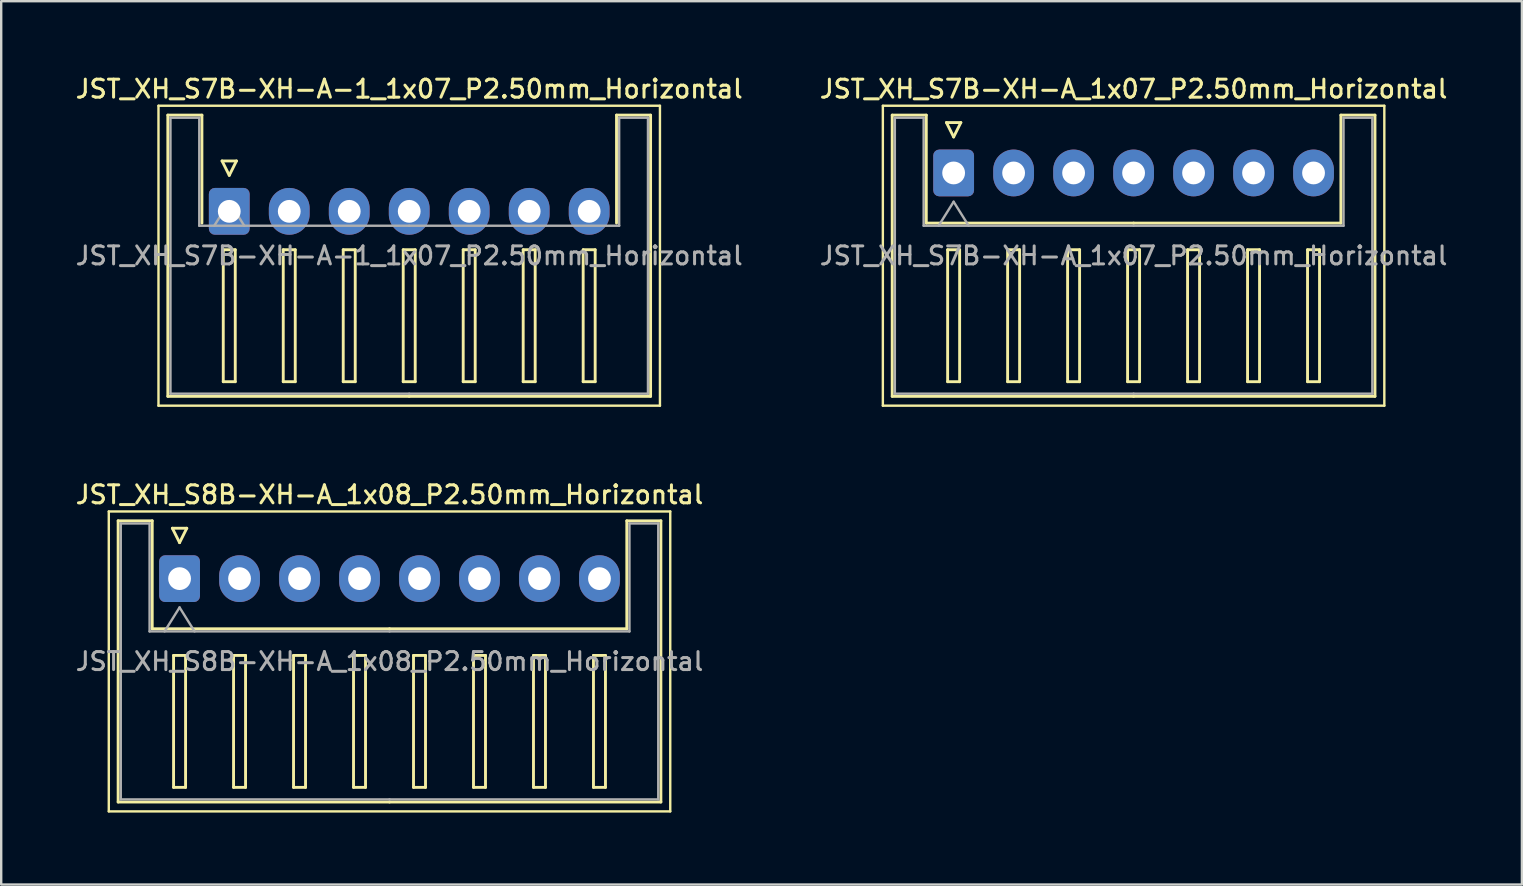
<source format=kicad_pcb>
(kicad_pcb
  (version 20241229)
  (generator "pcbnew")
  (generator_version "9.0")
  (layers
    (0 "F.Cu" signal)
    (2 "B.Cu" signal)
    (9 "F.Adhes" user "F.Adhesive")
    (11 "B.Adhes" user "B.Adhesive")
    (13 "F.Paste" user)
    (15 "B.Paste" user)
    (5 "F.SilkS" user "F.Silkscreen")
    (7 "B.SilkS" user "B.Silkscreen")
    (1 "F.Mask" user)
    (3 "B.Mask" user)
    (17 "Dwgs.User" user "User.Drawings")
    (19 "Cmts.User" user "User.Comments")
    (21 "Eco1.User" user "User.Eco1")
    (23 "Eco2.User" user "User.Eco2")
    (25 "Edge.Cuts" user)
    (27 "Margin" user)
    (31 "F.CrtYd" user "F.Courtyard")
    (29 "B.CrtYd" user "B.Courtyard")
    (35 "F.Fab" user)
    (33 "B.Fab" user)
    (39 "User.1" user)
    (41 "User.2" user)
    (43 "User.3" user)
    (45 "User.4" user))
  (footprint "JST_XH_S8B-XH-A_1x08_P2.50mm_Horizontal"
    (layer "F.Cu")
    (at 4.434 21.066)
    (property "Reference" "JST_XH_S8B-XH-A_1x08_P2.50mm_Horizontal" (at 8.75 -3.5 0) (layer "F.SilkS") (effects (font (size 0.75 0.75) (thickness 0.125))))
    (attr through_hole)
    (fp_line (start -2.95 -2.8) (end -2.95 9.7) (stroke (width 0.1) (type solid)) (layer "F.SilkS"))
    (fp_line (start -2.95 9.7) (end 20.45 9.7) (stroke (width 0.1) (type solid)) (layer "F.SilkS"))
    (fp_line (start -2.56 -2.41) (end -1.14 -2.41) (stroke (width 0.12) (type solid)) (layer "F.SilkS"))
    (fp_line (start -2.56 9.31) (end -2.56 -2.41) (stroke (width 0.12) (type solid)) (layer "F.SilkS"))
    (fp_line (start -1.14 -2.41) (end -1.14 2.09) (stroke (width 0.12) (type solid)) (layer "F.SilkS"))
    (fp_line (start -1.14 2.09) (end 8.75 2.09) (stroke (width 0.12) (type solid)) (layer "F.SilkS"))
    (fp_line (start -0.3 -2.1) (end 0.3 -2.1) (stroke (width 0.12) (type solid)) (layer "F.SilkS"))
    (fp_line (start -0.25 3.2) (end -0.25 8.7) (stroke (width 0.12) (type solid)) (layer "F.SilkS"))
    (fp_line (start -0.25 8.7) (end 0.25 8.7) (stroke (width 0.12) (type solid)) (layer "F.SilkS"))
    (fp_line (start 0 -1.5) (end -0.3 -2.1) (stroke (width 0.12) (type solid)) (layer "F.SilkS"))
    (fp_line (start 0.25 3.2) (end -0.25 3.2) (stroke (width 0.12) (type solid)) (layer "F.SilkS"))
    (fp_line (start 0.25 8.7) (end 0.25 3.2) (stroke (width 0.12) (type solid)) (layer "F.SilkS"))
    (fp_line (start 0.3 -2.1) (end 0 -1.5) (stroke (width 0.12) (type solid)) (layer "F.SilkS"))
    (fp_line (start 2.25 3.2) (end 2.25 8.7) (stroke (width 0.12) (type solid)) (layer "F.SilkS"))
    (fp_line (start 2.25 8.7) (end 2.75 8.7) (stroke (width 0.12) (type solid)) (layer "F.SilkS"))
    (fp_line (start 2.75 3.2) (end 2.25 3.2) (stroke (width 0.12) (type solid)) (layer "F.SilkS"))
    (fp_line (start 2.75 8.7) (end 2.75 3.2) (stroke (width 0.12) (type solid)) (layer "F.SilkS"))
    (fp_line (start 4.75 3.2) (end 4.75 8.7) (stroke (width 0.12) (type solid)) (layer "F.SilkS"))
    (fp_line (start 4.75 8.7) (end 5.25 8.7) (stroke (width 0.12) (type solid)) (layer "F.SilkS"))
    (fp_line (start 5.25 3.2) (end 4.75 3.2) (stroke (width 0.12) (type solid)) (layer "F.SilkS"))
    (fp_line (start 5.25 8.7) (end 5.25 3.2) (stroke (width 0.12) (type solid)) (layer "F.SilkS"))
    (fp_line (start 7.25 3.2) (end 7.25 8.7) (stroke (width 0.12) (type solid)) (layer "F.SilkS"))
    (fp_line (start 7.25 8.7) (end 7.75 8.7) (stroke (width 0.12) (type solid)) (layer "F.SilkS"))
    (fp_line (start 7.75 3.2) (end 7.25 3.2) (stroke (width 0.12) (type solid)) (layer "F.SilkS"))
    (fp_line (start 7.75 8.7) (end 7.75 3.2) (stroke (width 0.12) (type solid)) (layer "F.SilkS"))
    (fp_line (start 8.75 9.31) (end -2.56 9.31) (stroke (width 0.12) (type solid)) (layer "F.SilkS"))
    (fp_line (start 8.75 9.31) (end 20.06 9.31) (stroke (width 0.12) (type solid)) (layer "F.SilkS"))
    (fp_line (start 9.75 3.2) (end 9.75 8.7) (stroke (width 0.12) (type solid)) (layer "F.SilkS"))
    (fp_line (start 9.75 8.7) (end 10.25 8.7) (stroke (width 0.12) (type solid)) (layer "F.SilkS"))
    (fp_line (start 10.25 3.2) (end 9.75 3.2) (stroke (width 0.12) (type solid)) (layer "F.SilkS"))
    (fp_line (start 10.25 8.7) (end 10.25 3.2) (stroke (width 0.12) (type solid)) (layer "F.SilkS"))
    (fp_line (start 12.25 3.2) (end 12.25 8.7) (stroke (width 0.12) (type solid)) (layer "F.SilkS"))
    (fp_line (start 12.25 8.7) (end 12.75 8.7) (stroke (width 0.12) (type solid)) (layer "F.SilkS"))
    (fp_line (start 12.75 3.2) (end 12.25 3.2) (stroke (width 0.12) (type solid)) (layer "F.SilkS"))
    (fp_line (start 12.75 8.7) (end 12.75 3.2) (stroke (width 0.12) (type solid)) (layer "F.SilkS"))
    (fp_line (start 14.75 3.2) (end 14.75 8.7) (stroke (width 0.12) (type solid)) (layer "F.SilkS"))
    (fp_line (start 14.75 8.7) (end 15.25 8.7) (stroke (width 0.12) (type solid)) (layer "F.SilkS"))
    (fp_line (start 15.25 3.2) (end 14.75 3.2) (stroke (width 0.12) (type solid)) (layer "F.SilkS"))
    (fp_line (start 15.25 8.7) (end 15.25 3.2) (stroke (width 0.12) (type solid)) (layer "F.SilkS"))
    (fp_line (start 17.25 3.2) (end 17.25 8.7) (stroke (width 0.12) (type solid)) (layer "F.SilkS"))
    (fp_line (start 17.25 8.7) (end 17.75 8.7) (stroke (width 0.12) (type solid)) (layer "F.SilkS"))
    (fp_line (start 17.75 3.2) (end 17.25 3.2) (stroke (width 0.12) (type solid)) (layer "F.SilkS"))
    (fp_line (start 17.75 8.7) (end 17.75 3.2) (stroke (width 0.12) (type solid)) (layer "F.SilkS"))
    (fp_line (start 18.64 -2.41) (end 18.64 2.09) (stroke (width 0.12) (type solid)) (layer "F.SilkS"))
    (fp_line (start 18.64 2.09) (end 8.75 2.09) (stroke (width 0.12) (type solid)) (layer "F.SilkS"))
    (fp_line (start 20.06 -2.41) (end 18.64 -2.41) (stroke (width 0.12) (type solid)) (layer "F.SilkS"))
    (fp_line (start 20.06 9.31) (end 20.06 -2.41) (stroke (width 0.12) (type solid)) (layer "F.SilkS"))
    (fp_line (start 20.45 -2.8) (end -2.95 -2.8) (stroke (width 0.1) (type solid)) (layer "F.SilkS"))
    (fp_line (start 20.45 9.7) (end 20.45 -2.8) (stroke (width 0.1) (type solid)) (layer "F.SilkS"))
    (fp_line (start -2.45 -2.3) (end -1.25 -2.3) (stroke (width 0.1) (type solid)) (layer "F.Fab"))
    (fp_line (start -2.45 9.2) (end -2.45 -2.3) (stroke (width 0.1) (type solid)) (layer "F.Fab"))
    (fp_line (start -1.25 -2.3) (end -1.25 2.2) (stroke (width 0.1) (type solid)) (layer "F.Fab"))
    (fp_line (start -1.25 2.2) (end 8.75 2.2) (stroke (width 0.1) (type solid)) (layer "F.Fab"))
    (fp_line (start -0.625 2.2) (end 0 1.2) (stroke (width 0.1) (type solid)) (layer "F.Fab"))
    (fp_line (start 0 1.2) (end 0.625 2.2) (stroke (width 0.1) (type solid)) (layer "F.Fab"))
    (fp_line (start 8.75 9.2) (end -2.45 9.2) (stroke (width 0.1) (type solid)) (layer "F.Fab"))
    (fp_line (start 8.75 9.2) (end 19.95 9.2) (stroke (width 0.1) (type solid)) (layer "F.Fab"))
    (fp_line (start 18.75 -2.3) (end 18.75 2.2) (stroke (width 0.1) (type solid)) (layer "F.Fab"))
    (fp_line (start 18.75 2.2) (end 8.75 2.2) (stroke (width 0.1) (type solid)) (layer "F.Fab"))
    (fp_line (start 19.95 -2.3) (end 18.75 -2.3) (stroke (width 0.1) (type solid)) (layer "F.Fab"))
    (fp_line (start 19.95 9.2) (end 19.95 -2.3) (stroke (width 0.1) (type solid)) (layer "F.Fab"))
    (fp_text user "${REFERENCE}" (at 8.75 3.45 0) (layer "F.Fab") (effects (font (size 0.75 0.75) (thickness 0.125))))
    (pad "1" thru_hole roundrect (at 0 0) (size 1.7 1.95) (drill 0.95) (layers "*.Cu" "*.Mask") (roundrect_rratio 0.147))
    (pad "2" thru_hole oval (at 2.5 0) (size 1.7 1.95) (drill 0.95) (layers "*.Cu" "*.Mask"))
    (pad "3" thru_hole oval (at 5 0) (size 1.7 1.95) (drill 0.95) (layers "*.Cu" "*.Mask"))
    (pad "4" thru_hole oval (at 7.5 0) (size 1.7 1.95) (drill 0.95) (layers "*.Cu" "*.Mask"))
    (pad "5" thru_hole oval (at 10 0) (size 1.7 1.95) (drill 0.95) (layers "*.Cu" "*.Mask"))
    (pad "6" thru_hole oval (at 12.5 0) (size 1.7 1.95) (drill 0.95) (layers "*.Cu" "*.Mask"))
    (pad "7" thru_hole oval (at 15 0) (size 1.7 1.95) (drill 0.95) (layers "*.Cu" "*.Mask"))
    (pad "8" thru_hole oval (at 17.5 0) (size 1.7 1.95) (drill 0.95) (layers "*.Cu" "*.Mask")))
  (footprint "JST_XH_S7B-XH-A-1_1x07_P2.50mm_Horizontal"
    (layer "F.Cu")
    (at 6.505 5.758)
    (property "Reference" "JST_XH_S7B-XH-A-1_1x07_P2.50mm_Horizontal" (at 7.5 -5.1 0) (layer "F.SilkS") (effects (font (size 0.75 0.75) (thickness 0.125))))
    (attr through_hole)
    (fp_line (start -2.95 -4.4) (end -2.95 8.1) (stroke (width 0.1) (type solid)) (layer "F.SilkS"))
    (fp_line (start -2.95 8.1) (end 17.95 8.1) (stroke (width 0.1) (type solid)) (layer "F.SilkS"))
    (fp_line (start -2.56 -4.01) (end -1.14 -4.01) (stroke (width 0.12) (type solid)) (layer "F.SilkS"))
    (fp_line (start -2.56 7.71) (end -2.56 -4.01) (stroke (width 0.12) (type solid)) (layer "F.SilkS"))
    (fp_line (start -1.14 -4.01) (end -1.14 0.49) (stroke (width 0.12) (type solid)) (layer "F.SilkS"))
    (fp_line (start -0.3 -2.1) (end 0.3 -2.1) (stroke (width 0.12) (type solid)) (layer "F.SilkS"))
    (fp_line (start -0.25 1.6) (end -0.25 7.1) (stroke (width 0.12) (type solid)) (layer "F.SilkS"))
    (fp_line (start -0.25 7.1) (end 0.25 7.1) (stroke (width 0.12) (type solid)) (layer "F.SilkS"))
    (fp_line (start 0 -1.5) (end -0.3 -2.1) (stroke (width 0.12) (type solid)) (layer "F.SilkS"))
    (fp_line (start 0.25 1.6) (end -0.25 1.6) (stroke (width 0.12) (type solid)) (layer "F.SilkS"))
    (fp_line (start 0.25 7.1) (end 0.25 1.6) (stroke (width 0.12) (type solid)) (layer "F.SilkS"))
    (fp_line (start 0.3 -2.1) (end 0 -1.5) (stroke (width 0.12) (type solid)) (layer "F.SilkS"))
    (fp_line (start 2.25 1.6) (end 2.25 7.1) (stroke (width 0.12) (type solid)) (layer "F.SilkS"))
    (fp_line (start 2.25 7.1) (end 2.75 7.1) (stroke (width 0.12) (type solid)) (layer "F.SilkS"))
    (fp_line (start 2.75 1.6) (end 2.25 1.6) (stroke (width 0.12) (type solid)) (layer "F.SilkS"))
    (fp_line (start 2.75 7.1) (end 2.75 1.6) (stroke (width 0.12) (type solid)) (layer "F.SilkS"))
    (fp_line (start 4.75 1.6) (end 4.75 7.1) (stroke (width 0.12) (type solid)) (layer "F.SilkS"))
    (fp_line (start 4.75 7.1) (end 5.25 7.1) (stroke (width 0.12) (type solid)) (layer "F.SilkS"))
    (fp_line (start 5.25 1.6) (end 4.75 1.6) (stroke (width 0.12) (type solid)) (layer "F.SilkS"))
    (fp_line (start 5.25 7.1) (end 5.25 1.6) (stroke (width 0.12) (type solid)) (layer "F.SilkS"))
    (fp_line (start 7.25 1.6) (end 7.25 7.1) (stroke (width 0.12) (type solid)) (layer "F.SilkS"))
    (fp_line (start 7.25 7.1) (end 7.75 7.1) (stroke (width 0.12) (type solid)) (layer "F.SilkS"))
    (fp_line (start 7.5 7.71) (end -2.56 7.71) (stroke (width 0.12) (type solid)) (layer "F.SilkS"))
    (fp_line (start 7.5 7.71) (end 17.56 7.71) (stroke (width 0.12) (type solid)) (layer "F.SilkS"))
    (fp_line (start 7.75 1.6) (end 7.25 1.6) (stroke (width 0.12) (type solid)) (layer "F.SilkS"))
    (fp_line (start 7.75 7.1) (end 7.75 1.6) (stroke (width 0.12) (type solid)) (layer "F.SilkS"))
    (fp_line (start 9.75 1.6) (end 9.75 7.1) (stroke (width 0.12) (type solid)) (layer "F.SilkS"))
    (fp_line (start 9.75 7.1) (end 10.25 7.1) (stroke (width 0.12) (type solid)) (layer "F.SilkS"))
    (fp_line (start 10.25 1.6) (end 9.75 1.6) (stroke (width 0.12) (type solid)) (layer "F.SilkS"))
    (fp_line (start 10.25 7.1) (end 10.25 1.6) (stroke (width 0.12) (type solid)) (layer "F.SilkS"))
    (fp_line (start 12.25 1.6) (end 12.25 7.1) (stroke (width 0.12) (type solid)) (layer "F.SilkS"))
    (fp_line (start 12.25 7.1) (end 12.75 7.1) (stroke (width 0.12) (type solid)) (layer "F.SilkS"))
    (fp_line (start 12.75 1.6) (end 12.25 1.6) (stroke (width 0.12) (type solid)) (layer "F.SilkS"))
    (fp_line (start 12.75 7.1) (end 12.75 1.6) (stroke (width 0.12) (type solid)) (layer "F.SilkS"))
    (fp_line (start 14.75 1.6) (end 14.75 7.1) (stroke (width 0.12) (type solid)) (layer "F.SilkS"))
    (fp_line (start 14.75 7.1) (end 15.25 7.1) (stroke (width 0.12) (type solid)) (layer "F.SilkS"))
    (fp_line (start 15.25 1.6) (end 14.75 1.6) (stroke (width 0.12) (type solid)) (layer "F.SilkS"))
    (fp_line (start 15.25 7.1) (end 15.25 1.6) (stroke (width 0.12) (type solid)) (layer "F.SilkS"))
    (fp_line (start 16.14 -4.01) (end 16.14 0.49) (stroke (width 0.12) (type solid)) (layer "F.SilkS"))
    (fp_line (start 17.56 -4.01) (end 16.14 -4.01) (stroke (width 0.12) (type solid)) (layer "F.SilkS"))
    (fp_line (start 17.56 7.71) (end 17.56 -4.01) (stroke (width 0.12) (type solid)) (layer "F.SilkS"))
    (fp_line (start 17.95 -4.4) (end -2.95 -4.4) (stroke (width 0.1) (type solid)) (layer "F.SilkS"))
    (fp_line (start 17.95 8.1) (end 17.95 -4.4) (stroke (width 0.1) (type solid)) (layer "F.SilkS"))
    (fp_line (start -2.45 -3.9) (end -1.25 -3.9) (stroke (width 0.1) (type solid)) (layer "F.Fab"))
    (fp_line (start -2.45 7.6) (end -2.45 -3.9) (stroke (width 0.1) (type solid)) (layer "F.Fab"))
    (fp_line (start -1.25 -3.9) (end -1.25 0.6) (stroke (width 0.1) (type solid)) (layer "F.Fab"))
    (fp_line (start -1.25 0.6) (end 7.5 0.6) (stroke (width 0.1) (type solid)) (layer "F.Fab"))
    (fp_line (start -0.625 0.6) (end 0 -0.4) (stroke (width 0.1) (type solid)) (layer "F.Fab"))
    (fp_line (start 0 -0.4) (end 0.625 0.6) (stroke (width 0.1) (type solid)) (layer "F.Fab"))
    (fp_line (start 7.5 7.6) (end -2.45 7.6) (stroke (width 0.1) (type solid)) (layer "F.Fab"))
    (fp_line (start 7.5 7.6) (end 17.45 7.6) (stroke (width 0.1) (type solid)) (layer "F.Fab"))
    (fp_line (start 16.25 -3.9) (end 16.25 0.6) (stroke (width 0.1) (type solid)) (layer "F.Fab"))
    (fp_line (start 16.25 0.6) (end 7.5 0.6) (stroke (width 0.1) (type solid)) (layer "F.Fab"))
    (fp_line (start 17.45 -3.9) (end 16.25 -3.9) (stroke (width 0.1) (type solid)) (layer "F.Fab"))
    (fp_line (start 17.45 7.6) (end 17.45 -3.9) (stroke (width 0.1) (type solid)) (layer "F.Fab"))
    (fp_text user "${REFERENCE}" (at 7.5 1.85 0) (layer "F.Fab") (effects (font (size 0.75 0.75) (thickness 0.125))))
    (pad "1" thru_hole roundrect (at 0 0) (size 1.7 1.95) (drill 0.95) (layers "*.Cu" "*.Mask") (roundrect_rratio 0.147))
    (pad "2" thru_hole oval (at 2.5 0) (size 1.7 1.95) (drill 0.95) (layers "*.Cu" "*.Mask"))
    (pad "3" thru_hole oval (at 5 0) (size 1.7 1.95) (drill 0.95) (layers "*.Cu" "*.Mask"))
    (pad "4" thru_hole oval (at 7.5 0) (size 1.7 1.95) (drill 0.95) (layers "*.Cu" "*.Mask"))
    (pad "5" thru_hole oval (at 10 0) (size 1.7 1.95) (drill 0.95) (layers "*.Cu" "*.Mask"))
    (pad "6" thru_hole oval (at 12.5 0) (size 1.7 1.95) (drill 0.95) (layers "*.Cu" "*.Mask"))
    (pad "7" thru_hole oval (at 15 0) (size 1.7 1.95) (drill 0.95) (layers "*.Cu" "*.Mask")))
  (footprint "JST_XH_S7B-XH-A_1x07_P2.50mm_Horizontal"
    (layer "F.Cu")
    (at 36.695 4.158)
    (property "Reference" "JST_XH_S7B-XH-A_1x07_P2.50mm_Horizontal" (at 7.5 -3.5 0) (layer "F.SilkS") (effects (font (size 0.75 0.75) (thickness 0.125))))
    (attr through_hole)
    (fp_line (start -2.95 -2.8) (end -2.95 9.7) (stroke (width 0.1) (type solid)) (layer "F.SilkS"))
    (fp_line (start -2.95 9.7) (end 17.95 9.7) (stroke (width 0.1) (type solid)) (layer "F.SilkS"))
    (fp_line (start -2.56 -2.41) (end -1.14 -2.41) (stroke (width 0.12) (type solid)) (layer "F.SilkS"))
    (fp_line (start -2.56 9.31) (end -2.56 -2.41) (stroke (width 0.12) (type solid)) (layer "F.SilkS"))
    (fp_line (start -1.14 -2.41) (end -1.14 2.09) (stroke (width 0.12) (type solid)) (layer "F.SilkS"))
    (fp_line (start -1.14 2.09) (end 7.5 2.09) (stroke (width 0.12) (type solid)) (layer "F.SilkS"))
    (fp_line (start -0.3 -2.1) (end 0.3 -2.1) (stroke (width 0.12) (type solid)) (layer "F.SilkS"))
    (fp_line (start -0.25 3.2) (end -0.25 8.7) (stroke (width 0.12) (type solid)) (layer "F.SilkS"))
    (fp_line (start -0.25 8.7) (end 0.25 8.7) (stroke (width 0.12) (type solid)) (layer "F.SilkS"))
    (fp_line (start 0 -1.5) (end -0.3 -2.1) (stroke (width 0.12) (type solid)) (layer "F.SilkS"))
    (fp_line (start 0.25 3.2) (end -0.25 3.2) (stroke (width 0.12) (type solid)) (layer "F.SilkS"))
    (fp_line (start 0.25 8.7) (end 0.25 3.2) (stroke (width 0.12) (type solid)) (layer "F.SilkS"))
    (fp_line (start 0.3 -2.1) (end 0 -1.5) (stroke (width 0.12) (type solid)) (layer "F.SilkS"))
    (fp_line (start 2.25 3.2) (end 2.25 8.7) (stroke (width 0.12) (type solid)) (layer "F.SilkS"))
    (fp_line (start 2.25 8.7) (end 2.75 8.7) (stroke (width 0.12) (type solid)) (layer "F.SilkS"))
    (fp_line (start 2.75 3.2) (end 2.25 3.2) (stroke (width 0.12) (type solid)) (layer "F.SilkS"))
    (fp_line (start 2.75 8.7) (end 2.75 3.2) (stroke (width 0.12) (type solid)) (layer "F.SilkS"))
    (fp_line (start 4.75 3.2) (end 4.75 8.7) (stroke (width 0.12) (type solid)) (layer "F.SilkS"))
    (fp_line (start 4.75 8.7) (end 5.25 8.7) (stroke (width 0.12) (type solid)) (layer "F.SilkS"))
    (fp_line (start 5.25 3.2) (end 4.75 3.2) (stroke (width 0.12) (type solid)) (layer "F.SilkS"))
    (fp_line (start 5.25 8.7) (end 5.25 3.2) (stroke (width 0.12) (type solid)) (layer "F.SilkS"))
    (fp_line (start 7.25 3.2) (end 7.25 8.7) (stroke (width 0.12) (type solid)) (layer "F.SilkS"))
    (fp_line (start 7.25 8.7) (end 7.75 8.7) (stroke (width 0.12) (type solid)) (layer "F.SilkS"))
    (fp_line (start 7.5 9.31) (end -2.56 9.31) (stroke (width 0.12) (type solid)) (layer "F.SilkS"))
    (fp_line (start 7.5 9.31) (end 17.56 9.31) (stroke (width 0.12) (type solid)) (layer "F.SilkS"))
    (fp_line (start 7.75 3.2) (end 7.25 3.2) (stroke (width 0.12) (type solid)) (layer "F.SilkS"))
    (fp_line (start 7.75 8.7) (end 7.75 3.2) (stroke (width 0.12) (type solid)) (layer "F.SilkS"))
    (fp_line (start 9.75 3.2) (end 9.75 8.7) (stroke (width 0.12) (type solid)) (layer "F.SilkS"))
    (fp_line (start 9.75 8.7) (end 10.25 8.7) (stroke (width 0.12) (type solid)) (layer "F.SilkS"))
    (fp_line (start 10.25 3.2) (end 9.75 3.2) (stroke (width 0.12) (type solid)) (layer "F.SilkS"))
    (fp_line (start 10.25 8.7) (end 10.25 3.2) (stroke (width 0.12) (type solid)) (layer "F.SilkS"))
    (fp_line (start 12.25 3.2) (end 12.25 8.7) (stroke (width 0.12) (type solid)) (layer "F.SilkS"))
    (fp_line (start 12.25 8.7) (end 12.75 8.7) (stroke (width 0.12) (type solid)) (layer "F.SilkS"))
    (fp_line (start 12.75 3.2) (end 12.25 3.2) (stroke (width 0.12) (type solid)) (layer "F.SilkS"))
    (fp_line (start 12.75 8.7) (end 12.75 3.2) (stroke (width 0.12) (type solid)) (layer "F.SilkS"))
    (fp_line (start 14.75 3.2) (end 14.75 8.7) (stroke (width 0.12) (type solid)) (layer "F.SilkS"))
    (fp_line (start 14.75 8.7) (end 15.25 8.7) (stroke (width 0.12) (type solid)) (layer "F.SilkS"))
    (fp_line (start 15.25 3.2) (end 14.75 3.2) (stroke (width 0.12) (type solid)) (layer "F.SilkS"))
    (fp_line (start 15.25 8.7) (end 15.25 3.2) (stroke (width 0.12) (type solid)) (layer "F.SilkS"))
    (fp_line (start 16.14 -2.41) (end 16.14 2.09) (stroke (width 0.12) (type solid)) (layer "F.SilkS"))
    (fp_line (start 16.14 2.09) (end 7.5 2.09) (stroke (width 0.12) (type solid)) (layer "F.SilkS"))
    (fp_line (start 17.56 -2.41) (end 16.14 -2.41) (stroke (width 0.12) (type solid)) (layer "F.SilkS"))
    (fp_line (start 17.56 9.31) (end 17.56 -2.41) (stroke (width 0.12) (type solid)) (layer "F.SilkS"))
    (fp_line (start 17.95 -2.8) (end -2.95 -2.8) (stroke (width 0.1) (type solid)) (layer "F.SilkS"))
    (fp_line (start 17.95 9.7) (end 17.95 -2.8) (stroke (width 0.1) (type solid)) (layer "F.SilkS"))
    (fp_line (start -2.45 -2.3) (end -1.25 -2.3) (stroke (width 0.1) (type solid)) (layer "F.Fab"))
    (fp_line (start -2.45 9.2) (end -2.45 -2.3) (stroke (width 0.1) (type solid)) (layer "F.Fab"))
    (fp_line (start -1.25 -2.3) (end -1.25 2.2) (stroke (width 0.1) (type solid)) (layer "F.Fab"))
    (fp_line (start -1.25 2.2) (end 7.5 2.2) (stroke (width 0.1) (type solid)) (layer "F.Fab"))
    (fp_line (start -0.625 2.2) (end 0 1.2) (stroke (width 0.1) (type solid)) (layer "F.Fab"))
    (fp_line (start 0 1.2) (end 0.625 2.2) (stroke (width 0.1) (type solid)) (layer "F.Fab"))
    (fp_line (start 7.5 9.2) (end -2.45 9.2) (stroke (width 0.1) (type solid)) (layer "F.Fab"))
    (fp_line (start 7.5 9.2) (end 17.45 9.2) (stroke (width 0.1) (type solid)) (layer "F.Fab"))
    (fp_line (start 16.25 -2.3) (end 16.25 2.2) (stroke (width 0.1) (type solid)) (layer "F.Fab"))
    (fp_line (start 16.25 2.2) (end 7.5 2.2) (stroke (width 0.1) (type solid)) (layer "F.Fab"))
    (fp_line (start 17.45 -2.3) (end 16.25 -2.3) (stroke (width 0.1) (type solid)) (layer "F.Fab"))
    (fp_line (start 17.45 9.2) (end 17.45 -2.3) (stroke (width 0.1) (type solid)) (layer "F.Fab"))
    (fp_text user "${REFERENCE}" (at 7.5 3.45 0) (layer "F.Fab") (effects (font (size 0.75 0.75) (thickness 0.125))))
    (pad "1" thru_hole roundrect (at 0 0) (size 1.7 1.95) (drill 0.95) (layers "*.Cu" "*.Mask") (roundrect_rratio 0.147))
    (pad "2" thru_hole oval (at 2.5 0) (size 1.7 1.95) (drill 0.95) (layers "*.Cu" "*.Mask"))
    (pad "3" thru_hole oval (at 5 0) (size 1.7 1.95) (drill 0.95) (layers "*.Cu" "*.Mask"))
    (pad "4" thru_hole oval (at 7.5 0) (size 1.7 1.95) (drill 0.95) (layers "*.Cu" "*.Mask"))
    (pad "5" thru_hole oval (at 10 0) (size 1.7 1.95) (drill 0.95) (layers "*.Cu" "*.Mask"))
    (pad "6" thru_hole oval (at 12.5 0) (size 1.7 1.95) (drill 0.95) (layers "*.Cu" "*.Mask"))
    (pad "7" thru_hole oval (at 15 0) (size 1.7 1.95) (drill 0.95) (layers "*.Cu" "*.Mask")))
  (gr_rect
    (start -3 -3)
    (end 60.379 33.816)
    (stroke (width 0.1) (type default))
    (fill no)
    (layer "Edge.Cuts")))
</source>
